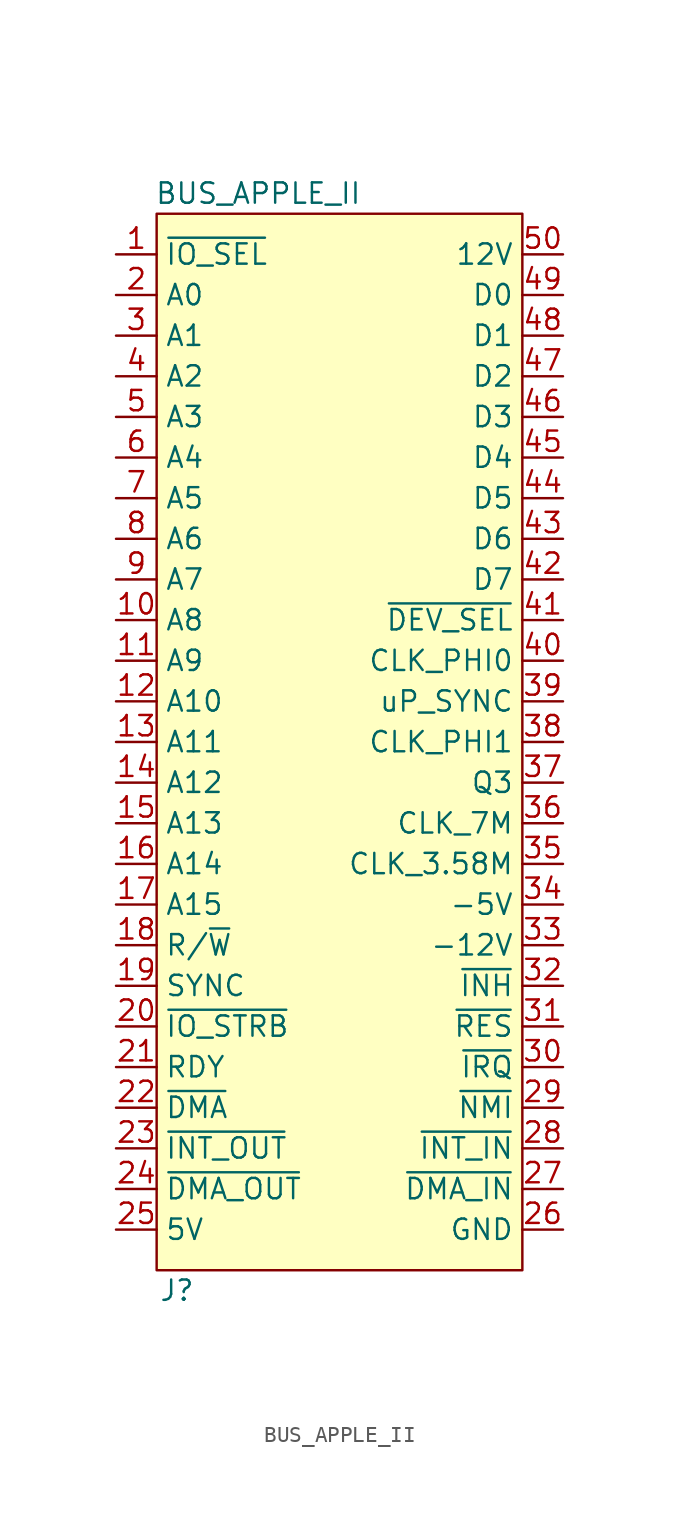
<source format=kicad_sym>
(kicad_symbol_lib
  (version 20211014)
  (generator kicad_symbol_editor)
  (symbol "BUS_APPLE_II"
    (property "Reference" "J"
      (at -10.16 -35.56 0)
      (effects (font (size 1.27 1.27))))
    (property "Value" "BUS_APPLE_II"
      (at -5.08 33.02 0)
      (effects (font (size 1.27 1.27))))
    (symbol "BUS_APPLE_II_0_1"
      (rectangle (start -11.43 31.75) (end 11.43 -34.29) (stroke (width 0) (type default) (color 0 0 0 0)) (fill (type background))))
    (symbol "BUS_APPLE_II_1_1"
      (pin output line (at -13.97 29.21 0) (length 2.54) (name "~{IO_SEL}" (effects (font (size 1.27 1.27)))) (number "1" (effects (font (size 1.27 1.27)))))
      (pin bidirectional line (at -13.97 6.35 0) (length 2.54) (name "A8" (effects (font (size 1.27 1.27)))) (number "10" (effects (font (size 1.27 1.27)))))
      (pin bidirectional line (at -13.97 3.81 0) (length 2.54) (name "A9" (effects (font (size 1.27 1.27)))) (number "11" (effects (font (size 1.27 1.27)))))
      (pin bidirectional line (at -13.97 1.27 0) (length 2.54) (name "A10" (effects (font (size 1.27 1.27)))) (number "12" (effects (font (size 1.27 1.27)))))
      (pin bidirectional line (at -13.97 -1.27 0) (length 2.54) (name "A11" (effects (font (size 1.27 1.27)))) (number "13" (effects (font (size 1.27 1.27)))))
      (pin bidirectional line (at -13.97 -3.81 0) (length 2.54) (name "A12" (effects (font (size 1.27 1.27)))) (number "14" (effects (font (size 1.27 1.27)))))
      (pin bidirectional line (at -13.97 -6.35 0) (length 2.54) (name "A13" (effects (font (size 1.27 1.27)))) (number "15" (effects (font (size 1.27 1.27)))))
      (pin bidirectional line (at -13.97 -8.89 0) (length 2.54) (name "A14" (effects (font (size 1.27 1.27)))) (number "16" (effects (font (size 1.27 1.27)))))
      (pin bidirectional line (at -13.97 -11.43 0) (length 2.54) (name "A15" (effects (font (size 1.27 1.27)))) (number "17" (effects (font (size 1.27 1.27)))))
      (pin bidirectional line (at -13.97 -13.97 0) (length 2.54) (name "R/~{W}" (effects (font (size 1.27 1.27)))) (number "18" (effects (font (size 1.27 1.27)))))
      (pin output line (at -13.97 -16.51 0) (length 2.54) (name "SYNC" (effects (font (size 1.27 1.27)))) (number "19" (effects (font (size 1.27 1.27)))))
      (pin bidirectional line (at -13.97 26.67 0) (length 2.54) (name "A0" (effects (font (size 1.27 1.27)))) (number "2" (effects (font (size 1.27 1.27)))))
      (pin output line (at -13.97 -19.05 0) (length 2.54) (name "~{IO_STRB}" (effects (font (size 1.27 1.27)))) (number "20" (effects (font (size 1.27 1.27)))))
      (pin input line (at -13.97 -21.59 0) (length 2.54) (name "RDY" (effects (font (size 1.27 1.27)))) (number "21" (effects (font (size 1.27 1.27)))))
      (pin input line (at -13.97 -24.13 0) (length 2.54) (name "~{DMA}" (effects (font (size 1.27 1.27)))) (number "22" (effects (font (size 1.27 1.27)))))
      (pin input line (at -13.97 -26.67 0) (length 2.54) (name "~{INT_OUT}" (effects (font (size 1.27 1.27)))) (number "23" (effects (font (size 1.27 1.27)))))
      (pin input line (at -13.97 -29.21 0) (length 2.54) (name "~{DMA_OUT}" (effects (font (size 1.27 1.27)))) (number "24" (effects (font (size 1.27 1.27)))))
      (pin power_out line (at -13.97 -31.75 0) (length 2.54) (name "5V" (effects (font (size 1.27 1.27)))) (number "25" (effects (font (size 1.27 1.27)))))
      (pin power_out line (at 13.97 -31.75 180) (length 2.54) (name "GND" (effects (font (size 1.27 1.27)))) (number "26" (effects (font (size 1.27 1.27)))))
      (pin output line (at 13.97 -29.21 180) (length 2.54) (name "~{DMA_IN}" (effects (font (size 1.27 1.27)))) (number "27" (effects (font (size 1.27 1.27)))))
      (pin output line (at 13.97 -26.67 180) (length 2.54) (name "~{INT_IN}" (effects (font (size 1.27 1.27)))) (number "28" (effects (font (size 1.27 1.27)))))
      (pin input line (at 13.97 -24.13 180) (length 2.54) (name "~{NMI}" (effects (font (size 1.27 1.27)))) (number "29" (effects (font (size 1.27 1.27)))))
      (pin bidirectional line (at -13.97 24.13 0) (length 2.54) (name "A1" (effects (font (size 1.27 1.27)))) (number "3" (effects (font (size 1.27 1.27)))))
      (pin input line (at 13.97 -21.59 180) (length 2.54) (name "~{IRQ}" (effects (font (size 1.27 1.27)))) (number "30" (effects (font (size 1.27 1.27)))))
      (pin input line (at 13.97 -19.05 180) (length 2.54) (name "~{RES}" (effects (font (size 1.27 1.27)))) (number "31" (effects (font (size 1.27 1.27)))))
      (pin input line (at 13.97 -16.51 180) (length 2.54) (name "~{INH}" (effects (font (size 1.27 1.27)))) (number "32" (effects (font (size 1.27 1.27)))))
      (pin power_out line (at 13.97 -13.97 180) (length 2.54) (name "-12V" (effects (font (size 1.27 1.27)))) (number "33" (effects (font (size 1.27 1.27)))))
      (pin output line (at 13.97 -11.43 180) (length 2.54) (name "-5V" (effects (font (size 1.27 1.27)))) (number "34" (effects (font (size 1.27 1.27)))))
      (pin output line (at 13.97 -8.89 180) (length 2.54) (name "CLK_3.58M" (effects (font (size 1.27 1.27)))) (number "35" (effects (font (size 1.27 1.27)))))
      (pin output line (at 13.97 -6.35 180) (length 2.54) (name "CLK_7M" (effects (font (size 1.27 1.27)))) (number "36" (effects (font (size 1.27 1.27)))))
      (pin output line (at 13.97 -3.81 180) (length 2.54) (name "Q3" (effects (font (size 1.27 1.27)))) (number "37" (effects (font (size 1.27 1.27)))))
      (pin output line (at 13.97 -1.27 180) (length 2.54) (name "CLK_PHI1" (effects (font (size 1.27 1.27)))) (number "38" (effects (font (size 1.27 1.27)))))
      (pin output line (at 13.97 1.27 180) (length 2.54) (name "uP_SYNC" (effects (font (size 1.27 1.27)))) (number "39" (effects (font (size 1.27 1.27)))))
      (pin bidirectional line (at -13.97 21.59 0) (length 2.54) (name "A2" (effects (font (size 1.27 1.27)))) (number "4" (effects (font (size 1.27 1.27)))))
      (pin output line (at 13.97 3.81 180) (length 2.54) (name "CLK_PHI0" (effects (font (size 1.27 1.27)))) (number "40" (effects (font (size 1.27 1.27)))))
      (pin output line (at 13.97 6.35 180) (length 2.54) (name "~{DEV_SEL}" (effects (font (size 1.27 1.27)))) (number "41" (effects (font (size 1.27 1.27)))))
      (pin bidirectional line (at 13.97 8.89 180) (length 2.54) (name "D7" (effects (font (size 1.27 1.27)))) (number "42" (effects (font (size 1.27 1.27)))))
      (pin bidirectional line (at 13.97 11.43 180) (length 2.54) (name "D6" (effects (font (size 1.27 1.27)))) (number "43" (effects (font (size 1.27 1.27)))))
      (pin bidirectional line (at 13.97 13.97 180) (length 2.54) (name "D5" (effects (font (size 1.27 1.27)))) (number "44" (effects (font (size 1.27 1.27)))))
      (pin bidirectional line (at 13.97 16.51 180) (length 2.54) (name "D4" (effects (font (size 1.27 1.27)))) (number "45" (effects (font (size 1.27 1.27)))))
      (pin bidirectional line (at 13.97 19.05 180) (length 2.54) (name "D3" (effects (font (size 1.27 1.27)))) (number "46" (effects (font (size 1.27 1.27)))))
      (pin bidirectional line (at 13.97 21.59 180) (length 2.54) (name "D2" (effects (font (size 1.27 1.27)))) (number "47" (effects (font (size 1.27 1.27)))))
      (pin bidirectional line (at 13.97 24.13 180) (length 2.54) (name "D1" (effects (font (size 1.27 1.27)))) (number "48" (effects (font (size 1.27 1.27)))))
      (pin bidirectional line (at 13.97 26.67 180) (length 2.54) (name "D0" (effects (font (size 1.27 1.27)))) (number "49" (effects (font (size 1.27 1.27)))))
      (pin bidirectional line (at -13.97 19.05 0) (length 2.54) (name "A3" (effects (font (size 1.27 1.27)))) (number "5" (effects (font (size 1.27 1.27)))))
      (pin power_out line (at 13.97 29.21 180) (length 2.54) (name "12V" (effects (font (size 1.27 1.27)))) (number "50" (effects (font (size 1.27 1.27)))))
      (pin bidirectional line (at -13.97 16.51 0) (length 2.54) (name "A4" (effects (font (size 1.27 1.27)))) (number "6" (effects (font (size 1.27 1.27)))))
      (pin bidirectional line (at -13.97 13.97 0) (length 2.54) (name "A5" (effects (font (size 1.27 1.27)))) (number "7" (effects (font (size 1.27 1.27)))))
      (pin bidirectional line (at -13.97 11.43 0) (length 2.54) (name "A6" (effects (font (size 1.27 1.27)))) (number "8" (effects (font (size 1.27 1.27)))))
      (pin bidirectional line (at -13.97 8.89 0) (length 2.54) (name "A7" (effects (font (size 1.27 1.27)))) (number "9" (effects (font (size 1.27 1.27))))))))
</source>
